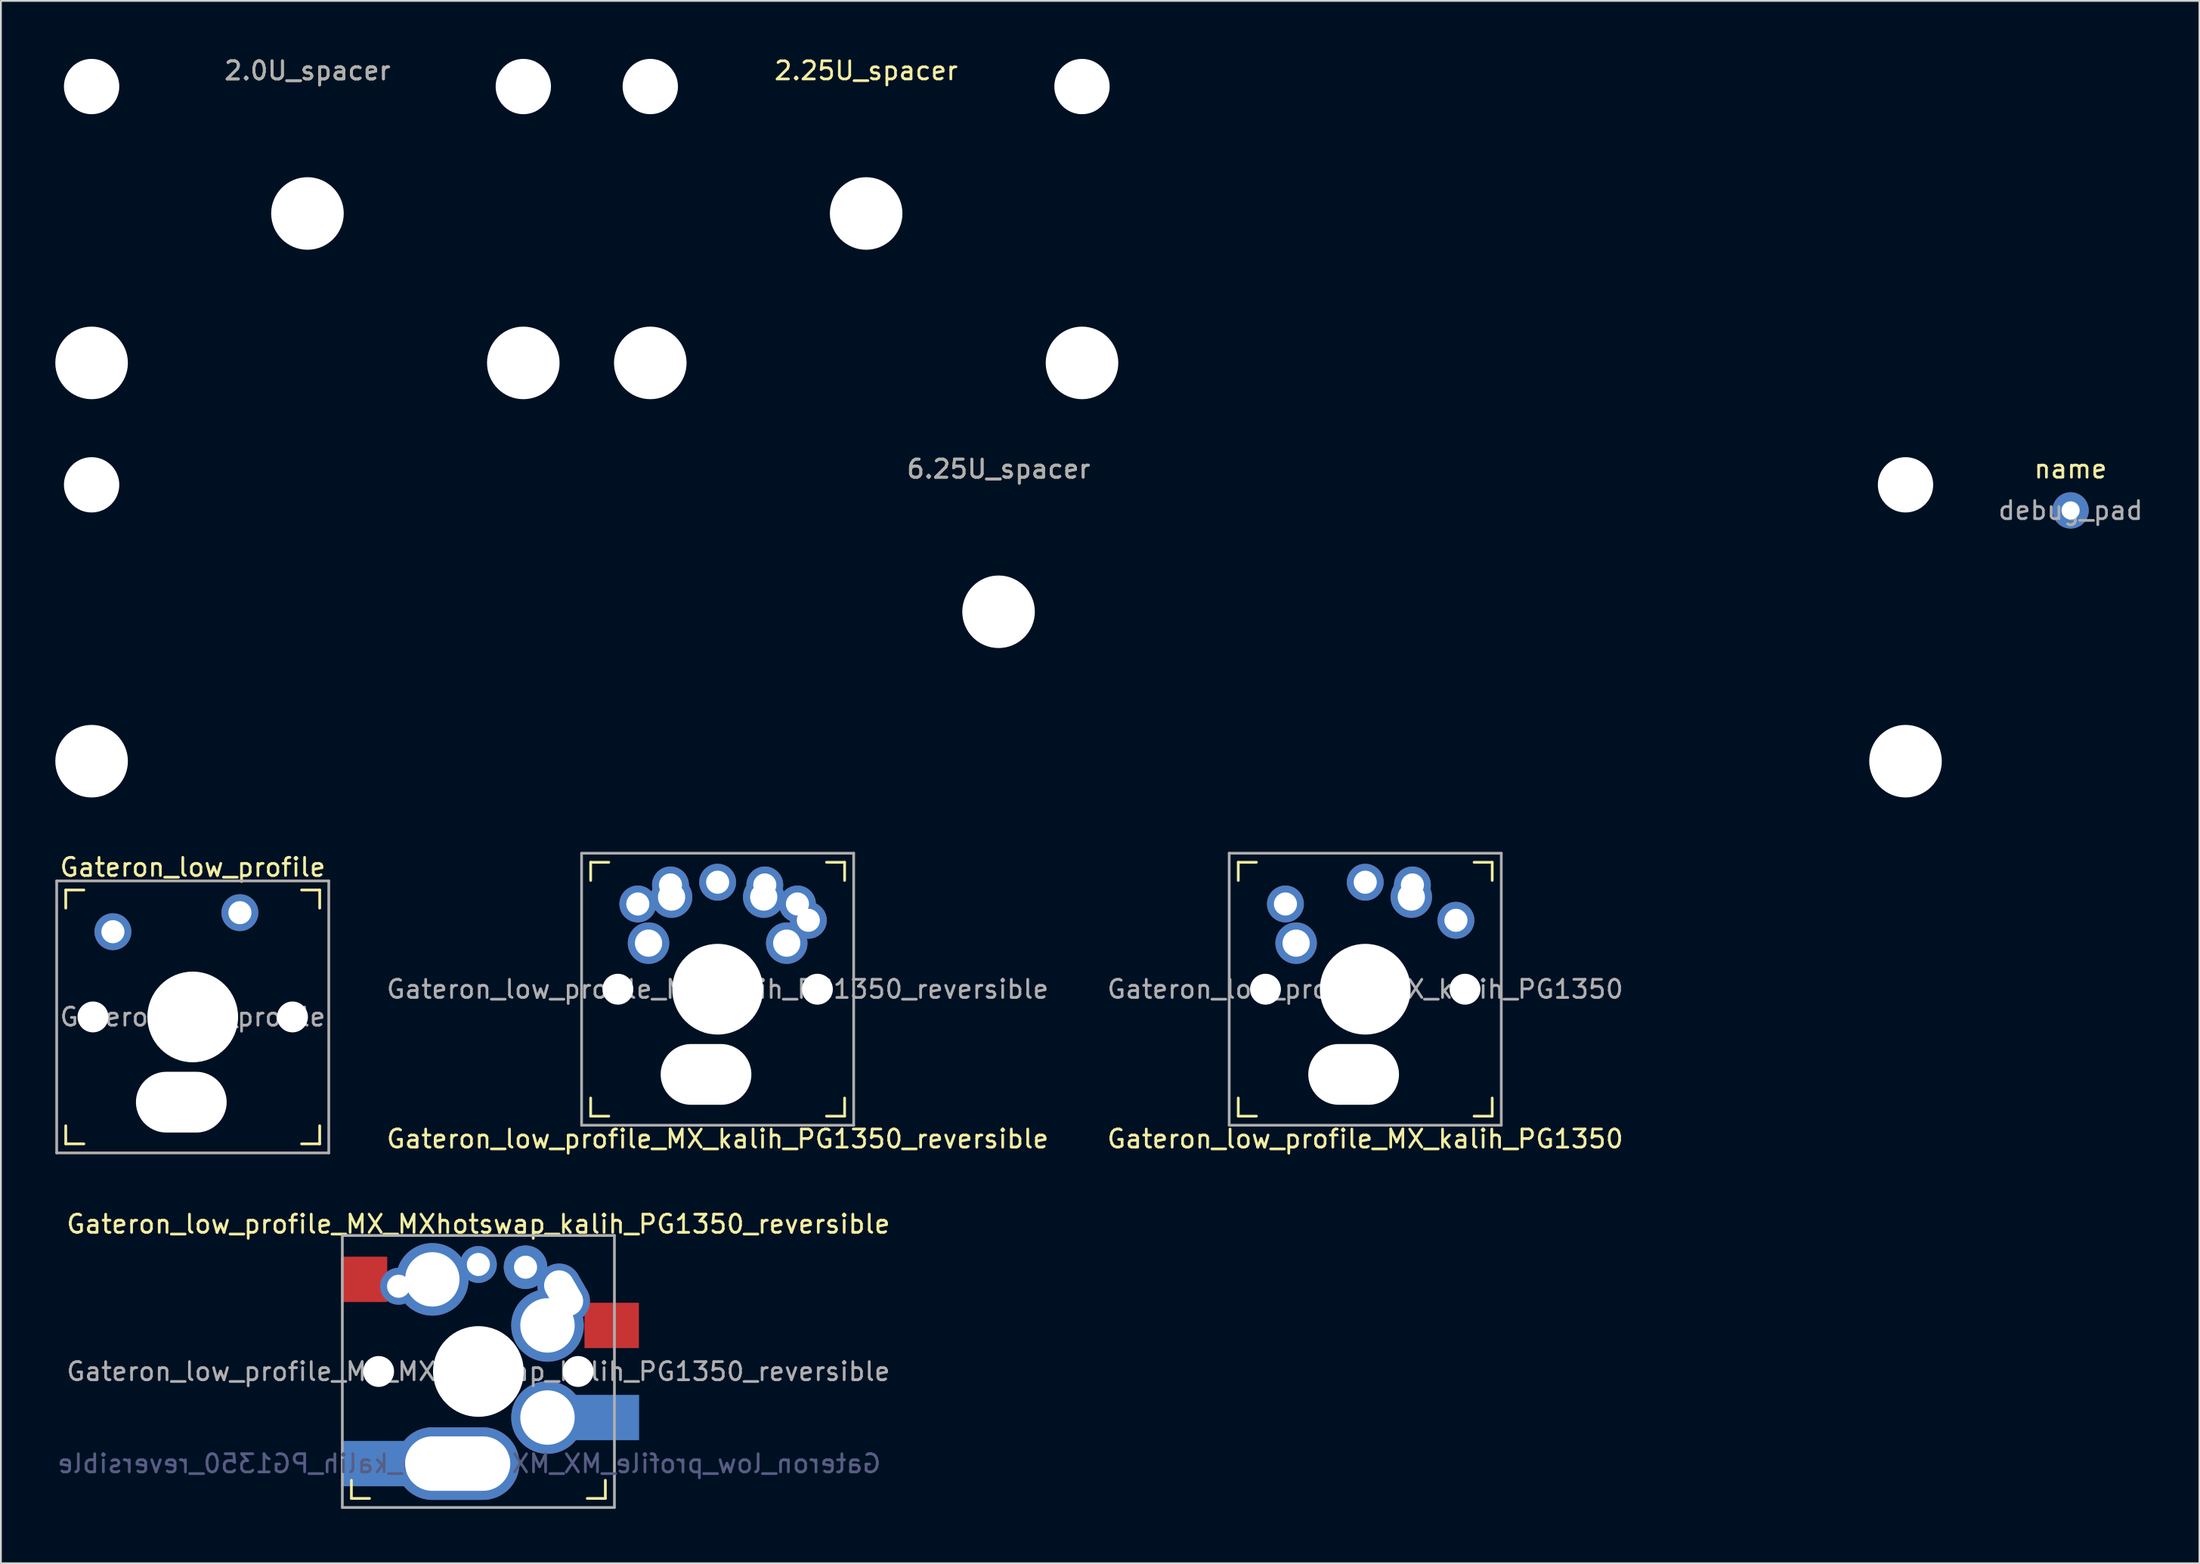
<source format=kicad_pcb>
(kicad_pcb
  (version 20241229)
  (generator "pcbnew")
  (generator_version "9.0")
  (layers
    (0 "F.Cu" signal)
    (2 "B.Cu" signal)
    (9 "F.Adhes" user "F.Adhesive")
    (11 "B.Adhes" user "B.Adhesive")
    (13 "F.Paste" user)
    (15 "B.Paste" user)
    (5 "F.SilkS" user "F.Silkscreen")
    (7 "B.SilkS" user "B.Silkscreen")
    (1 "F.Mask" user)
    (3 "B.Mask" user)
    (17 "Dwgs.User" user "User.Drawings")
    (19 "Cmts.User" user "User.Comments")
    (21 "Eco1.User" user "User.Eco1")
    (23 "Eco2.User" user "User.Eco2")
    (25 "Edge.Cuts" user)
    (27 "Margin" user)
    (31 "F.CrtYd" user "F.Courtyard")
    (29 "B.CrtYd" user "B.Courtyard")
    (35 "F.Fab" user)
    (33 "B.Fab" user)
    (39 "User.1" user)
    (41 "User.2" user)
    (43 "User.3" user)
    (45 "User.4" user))
  (footprint "2.25U_spacer"
    (layer "F.Cu")
    (at 47.24 3.642)
    (property "Reference" "2.25U_spacer" (at -2.54 -2.794 0) (layer "F.SilkS") (effects (font (size 1 1) (thickness 0.15))))
    (attr through_hole)
    (pad "" np_thru_hole circle (at -14.44 -1.92) (size 3.05 3.05) (drill 3.05) (layers "*.Cu" "*.Mask"))
    (pad "" np_thru_hole circle (at -14.44 13.32) (size 4 4) (drill 4) (layers "*.Cu" "*.Mask"))
    (pad "" np_thru_hole circle (at -2.54 5.08) (size 4 4) (drill 4) (layers "*.Cu" "*.Mask"))
    (pad "" np_thru_hole circle (at 9.36 -1.92) (size 3.05 3.05) (drill 3.05) (layers "*.Cu" "*.Mask"))
    (pad "" np_thru_hole circle (at 9.36 13.32) (size 4 4) (drill 4) (layers "*.Cu" "*.Mask")))
  (footprint "Gateron_low_profile_MX_MXhotswap_kalih_PG1350_reversible"
    (layer "F.Cu")
    (at 23.323 72.579)
    (property "Reference" "Gateron_low_profile_MX_MXhotswap_kalih_PG1350_reversible" (at 0 -8.128 0) (layer "F.SilkS") (effects (font (size 1 1) (thickness 0.15))))
    (attr through_hole)
    (fp_line (start -7 7) (end -7 6) (stroke (width 0.15) (type solid)) (layer "F.SilkS"))
    (fp_line (start -7 7) (end -6 7) (stroke (width 0.15) (type solid)) (layer "F.SilkS"))
    (fp_line (start 6 7) (end 7 7) (stroke (width 0.15) (type solid)) (layer "F.SilkS"))
    (fp_line (start 7 6) (end 7 7) (stroke (width 0.15) (type solid)) (layer "F.SilkS"))
    (fp_line (start 5.842 0.635) (end 5.461 0.635) (stroke (width 0.15) (type solid)) (layer "B.SilkS"))
    (fp_line (start -6.9 6.9) (end -6.9 -6.9) (stroke (width 0.15) (type solid)) (layer "Eco2.User"))
    (fp_line (start -6.9 6.9) (end 6.9 6.9) (stroke (width 0.15) (type solid)) (layer "Eco2.User"))
    (fp_line (start 6.9 -6.9) (end -6.9 -6.9) (stroke (width 0.15) (type solid)) (layer "Eco2.User"))
    (fp_line (start 6.9 -6.9) (end 6.9 6.9) (stroke (width 0.15) (type solid)) (layer "Eco2.User"))
    (fp_line (start -7.5 -7.5) (end 7.5 -7.5) (stroke (width 0.15) (type solid)) (layer "F.Fab"))
    (fp_line (start -7.5 7.5) (end -7.5 -7.5) (stroke (width 0.15) (type solid)) (layer "F.Fab"))
    (fp_line (start 7.5 -7.5) (end 7.5 7.5) (stroke (width 0.15) (type solid)) (layer "F.Fab"))
    (fp_line (start 7.5 7.5) (end -7.5 7.5) (stroke (width 0.15) (type solid)) (layer "F.Fab"))
    (fp_text user "${REFERENCE}" (at -0.508 5.08 0) (layer "B.Fab") (effects (font (size 1 1) (thickness 0.15)) (justify mirror)))
    (fp_text user "${REFERENCE}" (at 0 0 180) (layer "F.Fab") (effects (font (size 1 1) (thickness 0.15))))
    (pad "" np_thru_hole circle (at -5.5 0 180) (size 1.702 1.702) (drill 1.702) (layers "*.Cu" "*.Mask"))
    (pad "" thru_hole circle (at 0 -5.9 180) (size 2.032 2.032) (drill 1.27) (layers "*.Cu" "*.Mask"))
    (pad "" np_thru_hole circle (at 0 0) (size 5 5) (drill 5) (layers "*.Cu" "*.Mask"))
    (pad "" thru_hole circle (at 2.6 -5.75 180) (size 2.4 2.4) (drill 1.27) (layers "*.Cu" "*.Mask"))
    (pad "" np_thru_hole circle (at 5.5 0 180) (size 1.702 1.702) (drill 1.702) (layers "*.Cu" "*.Mask"))
    (pad "1" smd rect (at -6.3 -5.08) (size 2.55 2.5) (layers "F.Cu" "F.Mask" "F.Paste"))
    (pad "1" smd rect (at -5.82 5.08) (size 3.48 2.5) (layers "B.Cu" "B.Mask" "B.Paste"))
    (pad "1" thru_hole circle (at -4.4 -4.7 180) (size 2.032 2.032) (drill 1.27) (layers "*.Cu" "*.Mask"))
    (pad "1" thru_hole circle (at -2.54 -5.08) (size 4 4) (drill 3) (layers "*.Cu" "*.Mask"))
    (pad "1" thru_hole oval (at -1.143 5.08) (size 6.8 4) (drill oval 5.8 3) (layers "*.Cu" "*.Mask"))
    (pad "2" thru_hole circle (at 3.81 -2.54) (size 4 4) (drill 3) (layers "*.Cu" "*.Mask"))
    (pad "2" thru_hole circle (at 3.81 2.54) (size 4 4) (drill 3) (layers "*.Cu" "*.Mask"))
    (pad "2" thru_hole oval (at 4.699 -4.318 120) (size 3.4 2.4) (drill oval 2.65 1.65) (layers "*.Cu" "*.Mask"))
    (pad "2" smd rect (at 7.1 2.54) (size 3.52 2.5) (layers "B.Cu" "B.Mask" "B.Paste"))
    (pad "2" smd rect (at 7.35 -2.54) (size 3 2.5) (layers "F.Cu" "F.Mask" "F.Paste")))
  (footprint "Gateron_low_profile_MX_kalih_PG1350"
    (layer "F.Cu")
    (at 72.215 51.499)
    (property "Reference" "Gateron_low_profile_MX_kalih_PG1350" (at 0 8.255 180) (layer "F.SilkS") (effects (font (size 1 1) (thickness 0.15))))
    (attr through_hole)
    (fp_line (start -7 -6) (end -7 -7) (stroke (width 0.15) (type solid)) (layer "F.SilkS"))
    (fp_line (start -7 7) (end -7 6) (stroke (width 0.15) (type solid)) (layer "F.SilkS"))
    (fp_line (start -7 7) (end -6 7) (stroke (width 0.15) (type solid)) (layer "F.SilkS"))
    (fp_line (start -6 -7) (end -7 -7) (stroke (width 0.15) (type solid)) (layer "F.SilkS"))
    (fp_line (start 6 7) (end 7 7) (stroke (width 0.15) (type solid)) (layer "F.SilkS"))
    (fp_line (start 7 -7) (end 6 -7) (stroke (width 0.15) (type solid)) (layer "F.SilkS"))
    (fp_line (start 7 -7) (end 7 -6) (stroke (width 0.15) (type solid)) (layer "F.SilkS"))
    (fp_line (start 7 6) (end 7 7) (stroke (width 0.15) (type solid)) (layer "F.SilkS"))
    (fp_line (start -6.9 6.9) (end -6.9 -6.9) (stroke (width 0.15) (type solid)) (layer "Eco2.User"))
    (fp_line (start -6.9 6.9) (end 6.9 6.9) (stroke (width 0.15) (type solid)) (layer "Eco2.User"))
    (fp_line (start -3.048 3.1) (end -3.048 6.3) (stroke (width 0.15) (type solid)) (layer "Eco2.User"))
    (fp_line (start -3.048 6.3) (end 1.778 6.3) (stroke (width 0.15) (type solid)) (layer "Eco2.User"))
    (fp_line (start 1.778 3.1) (end -3.048 3.1) (stroke (width 0.15) (type solid)) (layer "Eco2.User"))
    (fp_line (start 1.778 3.1) (end 1.778 6.3) (stroke (width 0.15) (type solid)) (layer "Eco2.User"))
    (fp_line (start 6.9 -6.9) (end -6.9 -6.9) (stroke (width 0.15) (type solid)) (layer "Eco2.User"))
    (fp_line (start 6.9 -6.9) (end 6.9 6.9) (stroke (width 0.15) (type solid)) (layer "Eco2.User"))
    (fp_line (start -7.5 -7.5) (end 7.5 -7.5) (stroke (width 0.15) (type solid)) (layer "F.Fab"))
    (fp_line (start -7.5 7.5) (end -7.5 -7.5) (stroke (width 0.15) (type solid)) (layer "F.Fab"))
    (fp_line (start 7.5 -7.5) (end 7.5 7.5) (stroke (width 0.15) (type solid)) (layer "F.Fab"))
    (fp_line (start 7.5 7.5) (end -7.5 7.5) (stroke (width 0.15) (type solid)) (layer "F.Fab"))
    (fp_text user "${REFERENCE}" (at 0 0 180) (layer "F.Fab") (effects (font (size 1 1) (thickness 0.15))))
    (pad "" np_thru_hole circle (at -5.5 0 180) (size 1.702 1.702) (drill 1.702) (layers "*.Cu" "*.Mask"))
    (pad "" np_thru_hole oval (at -0.64 4.698) (size 5 3.35) (drill oval 5 3.35) (layers "*.Cu" "*.Mask"))
    (pad "" np_thru_hole circle (at 0 0) (size 5 5) (drill 5) (layers "*.Cu" "*.Mask"))
    (pad "" np_thru_hole circle (at 5.5 0 180) (size 1.702 1.702) (drill 1.702) (layers "*.Cu" "*.Mask"))
    (pad "1" thru_hole circle (at -4.4 -4.7 180) (size 2.032 2.032) (drill 1.27) (layers "*.Cu" "*.Mask"))
    (pad "1" thru_hole circle (at -3.81 -2.54) (size 2.286 2.286) (drill 1.499) (layers "*.Cu" "*.Mask"))
    (pad "1" thru_hole circle (at 0 -5.9 180) (size 2.032 2.032) (drill 1.27) (layers "*.Cu" "*.Mask"))
    (pad "2" thru_hole circle (at 2.54 -5.08) (size 2.286 2.286) (drill 1.499) (layers "*.Cu" "*.Mask"))
    (pad "2" thru_hole circle (at 2.6 -5.75 180) (size 2.032 2.032) (drill 1.27) (layers "*.Cu" "*.Mask"))
    (pad "2" thru_hole circle (at 5 -3.8 180) (size 2.032 2.032) (drill 1.27) (layers "*.Cu" "*.Mask")))
  (footprint "Gateron_low_profile"
    (layer "F.Cu")
    (at 7.575 53.028)
    (property "Reference" "Gateron_low_profile" (at 0 -8.255 0) (layer "F.SilkS") (effects (font (size 1 1) (thickness 0.15))))
    (attr through_hole)
    (fp_line (start -7 -6) (end -7 -7) (stroke (width 0.15) (type solid)) (layer "F.SilkS"))
    (fp_line (start -7 7) (end -7 6) (stroke (width 0.15) (type solid)) (layer "F.SilkS"))
    (fp_line (start -7 7) (end -6 7) (stroke (width 0.15) (type solid)) (layer "F.SilkS"))
    (fp_line (start -6 -7) (end -7 -7) (stroke (width 0.15) (type solid)) (layer "F.SilkS"))
    (fp_line (start 6 7) (end 7 7) (stroke (width 0.15) (type solid)) (layer "F.SilkS"))
    (fp_line (start 7 -7) (end 6 -7) (stroke (width 0.15) (type solid)) (layer "F.SilkS"))
    (fp_line (start 7 -7) (end 7 -6) (stroke (width 0.15) (type solid)) (layer "F.SilkS"))
    (fp_line (start 7 6) (end 7 7) (stroke (width 0.15) (type solid)) (layer "F.SilkS"))
    (fp_line (start -6.9 6.9) (end -6.9 -6.9) (stroke (width 0.15) (type solid)) (layer "Eco2.User"))
    (fp_line (start -6.9 6.9) (end 6.9 6.9) (stroke (width 0.15) (type solid)) (layer "Eco2.User"))
    (fp_line (start -3.048 3.1) (end -3.048 6.3) (stroke (width 0.15) (type solid)) (layer "Eco2.User"))
    (fp_line (start -3.048 6.3) (end 1.778 6.3) (stroke (width 0.15) (type solid)) (layer "Eco2.User"))
    (fp_line (start 1.778 3.1) (end -3.048 3.1) (stroke (width 0.15) (type solid)) (layer "Eco2.User"))
    (fp_line (start 1.778 3.1) (end 1.778 6.3) (stroke (width 0.15) (type solid)) (layer "Eco2.User"))
    (fp_line (start 6.9 -6.9) (end -6.9 -6.9) (stroke (width 0.15) (type solid)) (layer "Eco2.User"))
    (fp_line (start 6.9 -6.9) (end 6.9 6.9) (stroke (width 0.15) (type solid)) (layer "Eco2.User"))
    (fp_line (start -7.5 -7.5) (end 7.5 -7.5) (stroke (width 0.15) (type solid)) (layer "F.Fab"))
    (fp_line (start -7.5 7.5) (end -7.5 -7.5) (stroke (width 0.15) (type solid)) (layer "F.Fab"))
    (fp_line (start 7.5 -7.5) (end 7.5 7.5) (stroke (width 0.15) (type solid)) (layer "F.Fab"))
    (fp_line (start 7.5 7.5) (end -7.5 7.5) (stroke (width 0.15) (type solid)) (layer "F.Fab"))
    (fp_text user "${REFERENCE}" (at 0 0 0) (layer "F.Fab") (effects (font (size 1 1) (thickness 0.15))))
    (pad "" np_thru_hole circle (at -5.5 0) (size 1.702 1.702) (drill 1.702) (layers "*.Cu" "*.Mask"))
    (pad "" np_thru_hole oval (at -0.63 4.7 180) (size 5 3.35) (drill oval 5 3.35) (layers "*.Cu" "*.Mask"))
    (pad "" np_thru_hole circle (at 0 0) (size 5 5) (drill 5) (layers "*.Cu" "*.Mask"))
    (pad "" np_thru_hole circle (at 5.5 0) (size 1.702 1.702) (drill 1.702) (layers "*.Cu" "*.Mask"))
    (pad "1" thru_hole circle (at -4.4 -4.7 180) (size 2.032 2.032) (drill 1.27) (layers "*.Cu" "*.Mask"))
    (pad "2" thru_hole circle (at 2.6 -5.75 180) (size 2.032 2.032) (drill 1.27) (layers "*.Cu" "*.Mask")))
  (footprint "debug_pad"
    (layer "F.Cu")
    (at 111.101 25.096)
    (property "Reference" "debug_pad" (at 0 0 0) (layer "F.Fab") (effects (font (size 1 1) (thickness 0.15))))
    (attr through_hole)
    (fp_text user "name" (at 0 -2.286 0) (layer "F.SilkS") (effects (font (size 1 1) (thickness 0.15))))
    (pad "" thru_hole circle (at 0 0) (size 2 2) (drill 1) (layers "*.Cu" "*.Mask")))
  (footprint "2.0U_spacer"
    (layer "F.Cu")
    (at 16.44 3.642)
    (property "Reference" "2.0U_spacer" (at -2.54 -2.794 0) (layer "F.SilkS") (effects (font (size 1 1) (thickness 0.15))))
    (attr through_hole)
    (fp_text user "${REFERENCE}" (at -2.54 -2.794 0) (layer "F.Fab") (effects (font (size 1 1) (thickness 0.15))))
    (pad "" np_thru_hole circle (at -14.44 -1.92) (size 3.05 3.05) (drill 3.05) (layers "*.Cu" "*.Mask"))
    (pad "" np_thru_hole circle (at -14.44 13.32) (size 4 4) (drill 4) (layers "*.Cu" "*.Mask"))
    (pad "" np_thru_hole circle (at -2.54 5.08) (size 4 4) (drill 4) (layers "*.Cu" "*.Mask"))
    (pad "" np_thru_hole circle (at 9.36 -1.92) (size 3.05 3.05) (drill 3.05) (layers "*.Cu" "*.Mask"))
    (pad "" np_thru_hole circle (at 9.36 13.32) (size 4 4) (drill 4) (layers "*.Cu" "*.Mask")))
  (footprint "Gateron_low_profile_MX_kalih_PG1350_reversible"
    (layer "F.Cu")
    (at 36.513 51.499)
    (property "Reference" "Gateron_low_profile_MX_kalih_PG1350_reversible" (at 0 8.255 180) (layer "F.SilkS") (effects (font (size 1 1) (thickness 0.15))))
    (attr through_hole)
    (fp_line (start -7 -6) (end -7 -7) (stroke (width 0.15) (type solid)) (layer "F.SilkS"))
    (fp_line (start -7 7) (end -7 6) (stroke (width 0.15) (type solid)) (layer "F.SilkS"))
    (fp_line (start -7 7) (end -6 7) (stroke (width 0.15) (type solid)) (layer "F.SilkS"))
    (fp_line (start -6 -7) (end -7 -7) (stroke (width 0.15) (type solid)) (layer "F.SilkS"))
    (fp_line (start 6 7) (end 7 7) (stroke (width 0.15) (type solid)) (layer "F.SilkS"))
    (fp_line (start 7 -7) (end 6 -7) (stroke (width 0.15) (type solid)) (layer "F.SilkS"))
    (fp_line (start 7 -7) (end 7 -6) (stroke (width 0.15) (type solid)) (layer "F.SilkS"))
    (fp_line (start 7 6) (end 7 7) (stroke (width 0.15) (type solid)) (layer "F.SilkS"))
    (fp_line (start -6.9 6.9) (end -6.9 -6.9) (stroke (width 0.15) (type solid)) (layer "Eco2.User"))
    (fp_line (start -6.9 6.9) (end 6.9 6.9) (stroke (width 0.15) (type solid)) (layer "Eco2.User"))
    (fp_line (start -3.048 3.1) (end -3.048 6.3) (stroke (width 0.15) (type solid)) (layer "Eco2.User"))
    (fp_line (start -3.048 6.3) (end 1.778 6.3) (stroke (width 0.15) (type solid)) (layer "Eco2.User"))
    (fp_line (start 1.778 3.1) (end -3.048 3.1) (stroke (width 0.15) (type solid)) (layer "Eco2.User"))
    (fp_line (start 1.778 3.1) (end 1.778 6.3) (stroke (width 0.15) (type solid)) (layer "Eco2.User"))
    (fp_line (start 6.9 -6.9) (end -6.9 -6.9) (stroke (width 0.15) (type solid)) (layer "Eco2.User"))
    (fp_line (start 6.9 -6.9) (end 6.9 6.9) (stroke (width 0.15) (type solid)) (layer "Eco2.User"))
    (fp_line (start -7.5 -7.5) (end 7.5 -7.5) (stroke (width 0.15) (type solid)) (layer "F.Fab"))
    (fp_line (start -7.5 7.5) (end -7.5 -7.5) (stroke (width 0.15) (type solid)) (layer "F.Fab"))
    (fp_line (start 7.5 -7.5) (end 7.5 7.5) (stroke (width 0.15) (type solid)) (layer "F.Fab"))
    (fp_line (start 7.5 7.5) (end -7.5 7.5) (stroke (width 0.15) (type solid)) (layer "F.Fab"))
    (fp_text user "${REFERENCE}" (at 0 0 180) (layer "F.Fab") (effects (font (size 1 1) (thickness 0.15))))
    (pad "" np_thru_hole circle (at -5.5 0 180) (size 1.702 1.702) (drill 1.702) (layers "*.Cu" "*.Mask"))
    (pad "" np_thru_hole oval (at -0.64 4.698) (size 5 3.35) (drill oval 5 3.35) (layers "*.Cu" "*.Mask"))
    (pad "" np_thru_hole circle (at 0 0) (size 5 5) (drill 5) (layers "*.Cu" "*.Mask"))
    (pad "" np_thru_hole circle (at 5.5 0 180) (size 1.702 1.702) (drill 1.702) (layers "*.Cu" "*.Mask"))
    (pad "1" thru_hole circle (at -4.4 -4.7 180) (size 2.032 2.032) (drill 1.27) (layers "*.Cu" "*.Mask"))
    (pad "1" thru_hole circle (at -3.81 -2.54) (size 2.286 2.286) (drill 1.499) (layers "*.Cu" "*.Mask"))
    (pad "1" thru_hole circle (at -2.6 -5.75 180) (size 2.032 2.032) (drill 1.27) (layers "*.Cu" "*.Mask"))
    (pad "1" thru_hole circle (at -2.54 -5.08) (size 2.286 2.286) (drill 1.499) (layers "*.Cu" "*.Mask"))
    (pad "1" thru_hole circle (at 0 -5.9 180) (size 2.032 2.032) (drill 1.27) (layers "*.Cu" "*.Mask"))
    (pad "2" thru_hole circle (at 2.54 -5.08) (size 2.286 2.286) (drill 1.499) (layers "*.Cu" "*.Mask"))
    (pad "2" thru_hole circle (at 2.6 -5.75 180) (size 2.032 2.032) (drill 1.27) (layers "*.Cu" "*.Mask"))
    (pad "2" thru_hole circle (at 3.81 -2.54) (size 2.286 2.286) (drill 1.499) (layers "*.Cu" "*.Mask"))
    (pad "2" thru_hole circle (at 4.4 -4.7 180) (size 2.032 2.032) (drill 1.27) (layers "*.Cu" "*.Mask"))
    (pad "2" thru_hole circle (at 5 -3.8 180) (size 2.032 2.032) (drill 1.27) (layers "*.Cu" "*.Mask")))
  (footprint "6.25U_spacer"
    (layer "F.Cu")
    (at 54.54 25.605)
    (property "Reference" "6.25U_spacer" (at -2.54 -2.794 0) (layer "F.SilkS") (effects (font (size 1 1) (thickness 0.15))))
    (attr through_hole)
    (fp_text user "${REFERENCE}" (at -2.54 -2.794 0) (layer "F.Fab") (effects (font (size 1 1) (thickness 0.15))))
    (pad "" np_thru_hole circle (at -52.54 -1.92) (size 3.05 3.05) (drill 3.05) (layers "*.Cu" "*.Mask"))
    (pad "" np_thru_hole circle (at -52.54 13.32) (size 4 4) (drill 4) (layers "*.Cu" "*.Mask"))
    (pad "" np_thru_hole circle (at -2.54 5.08) (size 4 4) (drill 4) (layers "*.Cu" "*.Mask"))
    (pad "" np_thru_hole circle (at 47.46 -1.92) (size 3.05 3.05) (drill 3.05) (layers "*.Cu" "*.Mask"))
    (pad "" np_thru_hole circle (at 47.46 13.32) (size 4 4) (drill 4) (layers "*.Cu" "*.Mask")))
  (gr_rect
    (start -3 -3)
    (end 118.202 83.154)
    (stroke (width 0.1) (type default))
    (fill no)
    (layer "Edge.Cuts")))
</source>
